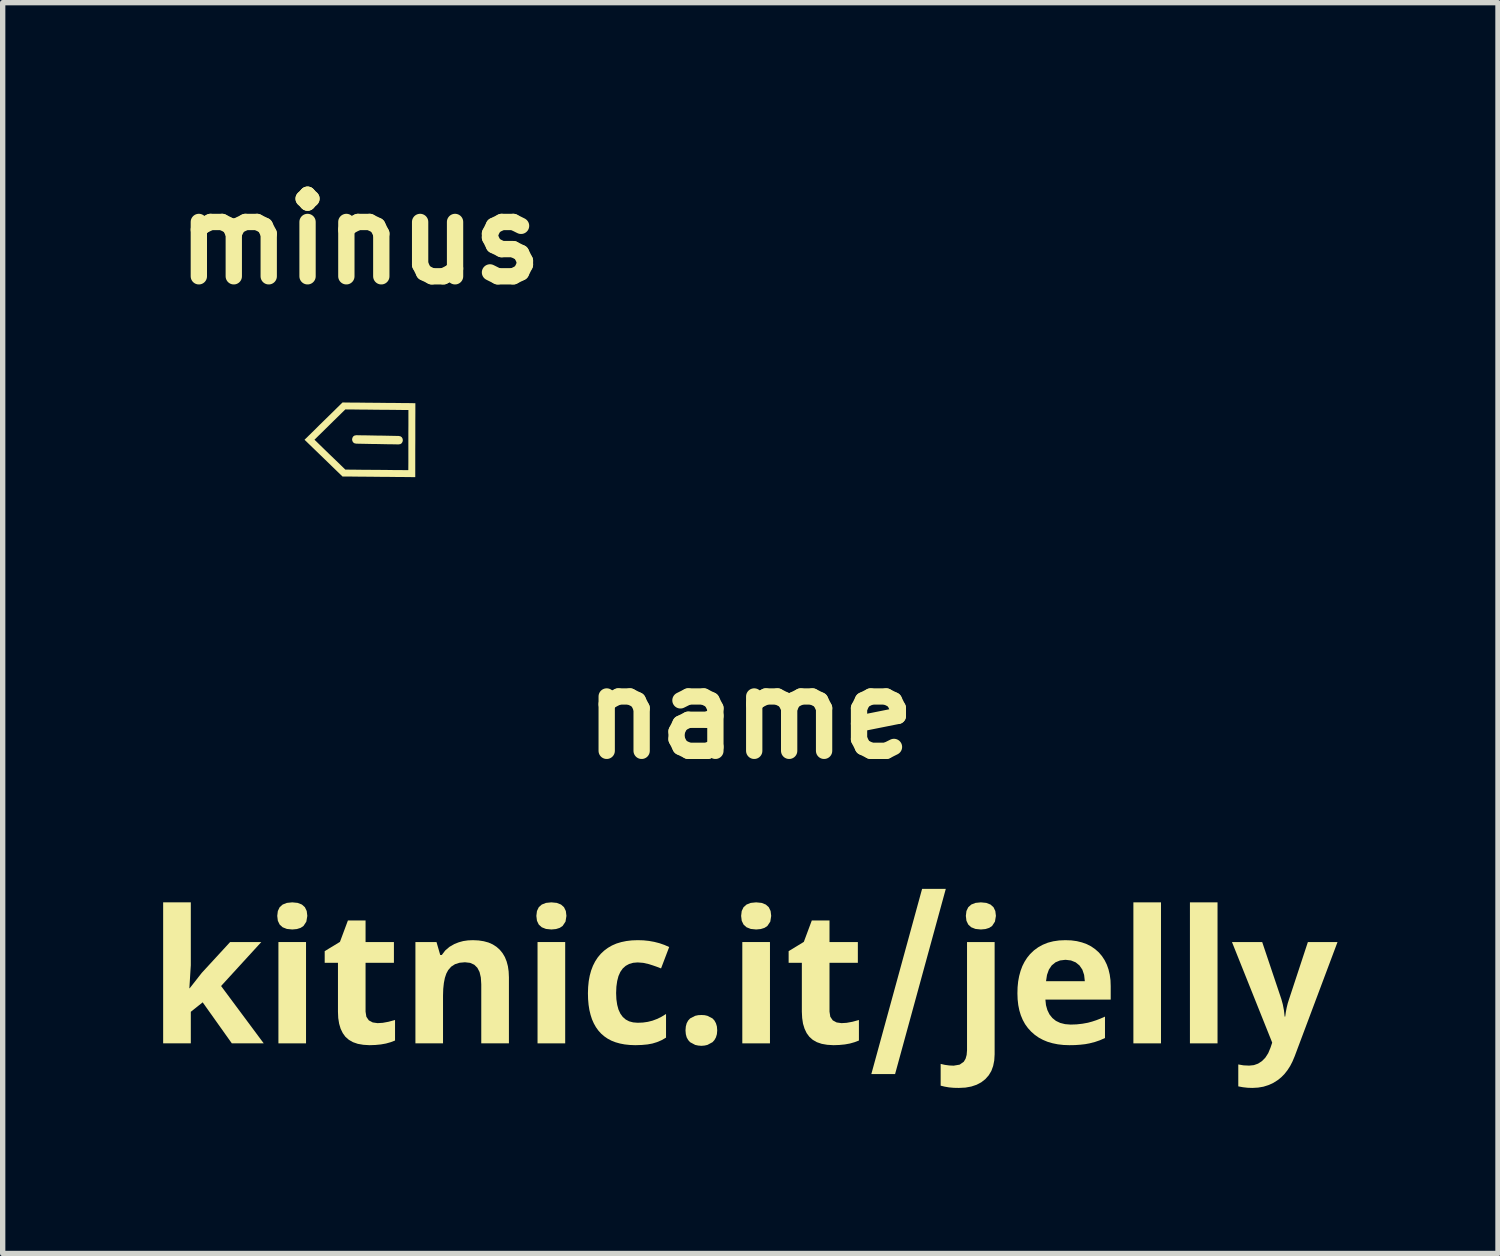
<source format=kicad_pcb>
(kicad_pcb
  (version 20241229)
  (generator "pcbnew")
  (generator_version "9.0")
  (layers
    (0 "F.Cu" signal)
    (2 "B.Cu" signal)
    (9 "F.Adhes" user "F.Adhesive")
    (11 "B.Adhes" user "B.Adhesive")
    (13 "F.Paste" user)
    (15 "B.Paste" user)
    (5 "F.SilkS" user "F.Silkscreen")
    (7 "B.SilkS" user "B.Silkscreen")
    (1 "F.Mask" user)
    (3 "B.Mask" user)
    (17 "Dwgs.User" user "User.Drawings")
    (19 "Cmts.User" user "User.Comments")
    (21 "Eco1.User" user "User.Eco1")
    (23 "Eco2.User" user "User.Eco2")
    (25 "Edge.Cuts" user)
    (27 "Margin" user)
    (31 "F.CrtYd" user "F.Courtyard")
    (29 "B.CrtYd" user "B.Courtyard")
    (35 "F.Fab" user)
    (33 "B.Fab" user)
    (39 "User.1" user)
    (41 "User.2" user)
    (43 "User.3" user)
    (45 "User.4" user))
  (footprint "name"
    (layer "F.Cu")
    (at 10.977 15.364)
    (property "Reference" "name" (at 0 -5.067 0) (layer "F.SilkS") (effects (font (size 1.524 1.524) (thickness 0.305))))
    (attr smd)
    (fp_poly (pts (xy -8.306 1.091) (xy -8.822 1.091) (xy -8.822 -0.803) (xy -8.306 -0.803) (xy -8.306 1.091)) (stroke (width 0) (type solid)) (fill yes) (layer "F.SilkS"))
    (fp_poly (pts (xy -3.461 1.091) (xy -3.978 1.091) (xy -3.978 -0.803) (xy -3.461 -0.803) (xy -3.461 1.091)) (stroke (width 0) (type solid)) (fill yes) (layer "F.SilkS"))
    (fp_poly (pts (xy 0.367 1.091) (xy -0.15 1.091) (xy -0.15 -0.803) (xy 0.367 -0.803) (xy 0.367 1.091)) (stroke (width 0) (type solid)) (fill yes) (layer "F.SilkS"))
    (fp_poly (pts (xy 3.654 -1.797) (xy 2.706 1.665) (xy 2.262 1.665) (xy 3.211 -1.797) (xy 3.654 -1.797)) (stroke (width 0) (type solid)) (fill yes) (layer "F.SilkS"))
    (fp_poly (pts (xy 7.677 1.091) (xy 7.161 1.091) (xy 7.161 -1.545) (xy 7.677 -1.545) (xy 7.677 1.091)) (stroke (width 0) (type solid)) (fill yes) (layer "F.SilkS"))
    (fp_poly (pts (xy 8.734 1.091) (xy 8.218 1.091) (xy 8.218 -1.545) (xy 8.734 -1.545) (xy 8.734 1.091)) (stroke (width 0) (type solid)) (fill yes) (layer "F.SilkS"))
    (fp_poly (pts (xy -10.481 0.061) (xy -10.255 -0.227) (xy -9.725 -0.803) (xy -9.142 -0.803) (xy -9.894 0.019) (xy -9.097 1.091) (xy -9.693 1.091) (xy -10.238 0.324) (xy -10.46 0.501) (xy -10.46 1.091) (xy -10.977 1.091) (xy -10.977 -1.545) (xy -10.46 -1.545) (xy -10.46 -0.369) (xy -10.487 0.061) (xy -10.481 0.061) (xy -10.481 0.061)) (stroke (width 0) (type solid)) (fill yes) (layer "F.SilkS"))
    (fp_poly (pts (xy -8.844 -1.292) (xy -8.833 -1.383) (xy -8.799 -1.454) (xy -8.743 -1.504) (xy -8.664 -1.535) (xy -8.563 -1.545) (xy -8.462 -1.535) (xy -8.383 -1.504) (xy -8.327 -1.454) (xy -8.293 -1.383) (xy -8.282 -1.292) (xy -8.3 -1.185) (xy -8.353 -1.104) (xy -8.407 -1.068) (xy -8.477 -1.046) (xy -8.563 -1.038) (xy -8.664 -1.048) (xy -8.743 -1.079) (xy -8.799 -1.13) (xy -8.833 -1.201) (xy -8.844 -1.292)) (stroke (width 0) (type solid)) (fill yes) (layer "F.SilkS"))
    (fp_poly (pts (xy -4 -1.292) (xy -3.989 -1.383) (xy -3.955 -1.454) (xy -3.899 -1.504) (xy -3.82 -1.535) (xy -3.719 -1.545) (xy -3.618 -1.535) (xy -3.539 -1.504) (xy -3.483 -1.454) (xy -3.449 -1.383) (xy -3.438 -1.292) (xy -3.455 -1.185) (xy -3.509 -1.104) (xy -3.563 -1.068) (xy -3.633 -1.046) (xy -3.719 -1.038) (xy -3.82 -1.048) (xy -3.899 -1.079) (xy -3.955 -1.13) (xy -3.989 -1.201) (xy -4 -1.292)) (stroke (width 0) (type solid)) (fill yes) (layer "F.SilkS"))
    (fp_poly (pts (xy -0.172 -1.292) (xy -0.161 -1.383) (xy -0.127 -1.454) (xy -0.071 -1.504) (xy 0.008 -1.535) (xy 0.109 -1.545) (xy 0.21 -1.535) (xy 0.289 -1.504) (xy 0.345 -1.454) (xy 0.379 -1.383) (xy 0.39 -1.292) (xy 0.373 -1.185) (xy 0.319 -1.104) (xy 0.265 -1.068) (xy 0.195 -1.046) (xy 0.109 -1.038) (xy 0.008 -1.048) (xy -0.071 -1.079) (xy -0.127 -1.13) (xy -0.161 -1.201) (xy -0.172 -1.292)) (stroke (width 0) (type solid)) (fill yes) (layer "F.SilkS"))
    (fp_poly (pts (xy 4.029 -1.292) (xy 4.04 -1.383) (xy 4.074 -1.454) (xy 4.13 -1.504) (xy 4.209 -1.535) (xy 4.31 -1.545) (xy 4.411 -1.535) (xy 4.49 -1.504) (xy 4.546 -1.454) (xy 4.58 -1.383) (xy 4.591 -1.292) (xy 4.573 -1.185) (xy 4.52 -1.104) (xy 4.466 -1.068) (xy 4.396 -1.046) (xy 4.31 -1.038) (xy 4.209 -1.048) (xy 4.13 -1.079) (xy 4.074 -1.13) (xy 4.04 -1.201) (xy 4.029 -1.292)) (stroke (width 0) (type solid)) (fill yes) (layer "F.SilkS"))
    (fp_poly (pts (xy 3.898 1.924) (xy 3.803 1.922) (xy 3.714 1.914) (xy 3.633 1.9) (xy 3.558 1.882) (xy 3.558 1.475) (xy 3.637 1.493) (xy 3.718 1.504) (xy 3.8 1.508) (xy 3.913 1.489) (xy 3.99 1.435) (xy 4.024 1.378) (xy 4.044 1.307) (xy 4.051 1.22) (xy 4.051 -0.803) (xy 4.567 -0.803) (xy 4.567 1.296) (xy 4.56 1.411) (xy 4.539 1.515) (xy 4.505 1.608) (xy 4.456 1.689) (xy 4.393 1.76) (xy 4.317 1.819) (xy 4.23 1.865) (xy 4.131 1.898) (xy 4.021 1.918) (xy 3.898 1.924)) (stroke (width 0) (type solid)) (fill yes) (layer "F.SilkS"))
    (fp_poly (pts (xy -1.212 0.849) (xy -1.206 0.775) (xy -1.19 0.715) (xy -1.162 0.664) (xy -1.126 0.625) (xy -1.031 0.576) (xy -0.974 0.564) (xy -0.914 0.561) (xy -0.856 0.564) (xy -0.802 0.576) (xy -0.707 0.625) (xy -0.671 0.664) (xy -0.643 0.715) (xy -0.625 0.775) (xy -0.619 0.849) (xy -0.625 0.919) (xy -0.643 0.979) (xy -0.671 1.029) (xy -0.707 1.069) (xy -0.802 1.12) (xy -0.856 1.132) (xy -0.914 1.137) (xy -0.974 1.132) (xy -1.031 1.12) (xy -1.126 1.069) (xy -1.162 1.029) (xy -1.19 0.979) (xy -1.206 0.919) (xy -1.212 0.849)) (stroke (width 0) (type solid)) (fill yes) (layer "F.SilkS"))
    (fp_poly (pts (xy -6.968 0.713) (xy -6.871 0.707) (xy -6.763 0.687) (xy -6.642 0.654) (xy -6.642 1.038) (xy -6.723 1.069) (xy -6.811 1.094) (xy -6.906 1.111) (xy -7.008 1.121) (xy -7.117 1.125) (xy -7.234 1.118) (xy -7.338 1.1) (xy -7.428 1.069) (xy -7.505 1.025) (xy -7.569 0.969) (xy -7.619 0.9) (xy -7.659 0.818) (xy -7.687 0.724) (xy -7.704 0.617) (xy -7.709 0.498) (xy -7.709 -0.415) (xy -7.957 -0.415) (xy -7.957 -0.633) (xy -7.672 -0.806) (xy -7.523 -1.206) (xy -7.193 -1.206) (xy -7.193 -0.803) (xy -6.663 -0.803) (xy -6.663 -0.415) (xy -7.193 -0.415) (xy -7.193 0.498) (xy -7.178 0.594) (xy -7.132 0.661) (xy -7.059 0.7) (xy -6.968 0.713)) (stroke (width 0) (type solid)) (fill yes) (layer "F.SilkS"))
    (fp_poly (pts (xy 1.705 0.713) (xy 1.801 0.707) (xy 1.91 0.687) (xy 2.03 0.654) (xy 2.03 1.038) (xy 1.949 1.069) (xy 1.861 1.094) (xy 1.767 1.111) (xy 1.665 1.121) (xy 1.556 1.125) (xy 1.438 1.118) (xy 1.335 1.1) (xy 1.244 1.069) (xy 1.167 1.025) (xy 1.104 0.969) (xy 1.053 0.9) (xy 1.014 0.818) (xy 0.985 0.724) (xy 0.969 0.617) (xy 0.963 0.498) (xy 0.963 -0.415) (xy 0.716 -0.415) (xy 0.716 -0.633) (xy 1 -0.806) (xy 1.149 -1.206) (xy 1.48 -1.206) (xy 1.48 -0.803) (xy 2.01 -0.803) (xy 2.01 -0.415) (xy 1.48 -0.415) (xy 1.48 0.498) (xy 1.495 0.594) (xy 1.541 0.661) (xy 1.613 0.7) (xy 1.705 0.713)) (stroke (width 0) (type solid)) (fill yes) (layer "F.SilkS"))
    (fp_poly (pts (xy 9.004 -0.803) (xy 9.569 -0.803) (xy 9.927 0.263) (xy 9.954 0.361) (xy 9.975 0.47) (xy 9.989 0.591) (xy 9.999 0.591) (xy 10.011 0.505) (xy 10.027 0.422) (xy 10.047 0.341) (xy 10.072 0.263) (xy 10.423 -0.803) (xy 10.977 -0.803) (xy 10.176 1.333) (xy 10.136 1.428) (xy 10.092 1.514) (xy 10.042 1.592) (xy 9.987 1.662) (xy 9.926 1.724) (xy 9.861 1.777) (xy 9.777 1.83) (xy 9.687 1.871) (xy 9.592 1.901) (xy 9.491 1.918) (xy 9.385 1.924) (xy 9.296 1.921) (xy 9.208 1.911) (xy 9.122 1.895) (xy 9.122 1.485) (xy 9.219 1.502) (xy 9.325 1.507) (xy 9.413 1.498) (xy 9.492 1.47) (xy 9.564 1.423) (xy 9.628 1.358) (xy 9.682 1.274) (xy 9.725 1.17) (xy 9.756 1.077) (xy 9.004 -0.803) (xy 9.004 -0.803)) (stroke (width 0) (type solid)) (fill yes) (layer "F.SilkS"))
    (fp_poly (pts (xy -4.513 1.091) (xy -5.03 1.091) (xy -5.03 -0.015) (xy -5.038 -0.14) (xy -5.062 -0.243) (xy -5.103 -0.322) (xy -5.161 -0.379) (xy -5.238 -0.414) (xy -5.335 -0.425) (xy -5.436 -0.416) (xy -5.521 -0.389) (xy -5.592 -0.343) (xy -5.648 -0.279) (xy -5.683 -0.214) (xy -5.71 -0.134) (xy -5.729 -0.038) (xy -5.741 0.073) (xy -5.745 0.2) (xy -5.745 1.091) (xy -6.261 1.091) (xy -6.261 -0.803) (xy -5.867 -0.803) (xy -5.797 -0.561) (xy -5.768 -0.561) (xy -5.704 -0.645) (xy -5.625 -0.713) (xy -5.531 -0.767) (xy -5.452 -0.798) (xy -5.369 -0.821) (xy -5.28 -0.834) (xy -5.186 -0.838) (xy -5.08 -0.833) (xy -4.983 -0.818) (xy -4.895 -0.794) (xy -4.816 -0.759) (xy -4.746 -0.714) (xy -4.684 -0.659) (xy -4.632 -0.595) (xy -4.589 -0.523) (xy -4.556 -0.441) (xy -4.532 -0.351) (xy -4.518 -0.252) (xy -4.513 -0.144) (xy -4.513 1.091) (xy -4.513 1.091)) (stroke (width 0) (type solid)) (fill yes) (layer "F.SilkS"))
    (fp_poly (pts (xy -2.152 1.125) (xy -2.253 1.121) (xy -2.348 1.111) (xy -2.437 1.094) (xy -2.519 1.071) (xy -2.596 1.041) (xy -2.666 1.004) (xy -2.73 0.96) (xy -2.788 0.91) (xy -2.84 0.853) (xy -2.886 0.789) (xy -2.926 0.718) (xy -2.96 0.641) (xy -2.987 0.557) (xy -3.009 0.466) (xy -3.024 0.369) (xy -3.033 0.265) (xy -3.036 0.154) (xy -3.032 0.037) (xy -3.021 -0.073) (xy -3.002 -0.176) (xy -2.976 -0.271) (xy -2.942 -0.36) (xy -2.901 -0.441) (xy -2.852 -0.516) (xy -2.796 -0.583) (xy -2.732 -0.643) (xy -2.662 -0.695) (xy -2.586 -0.739) (xy -2.503 -0.775) (xy -2.414 -0.802) (xy -2.318 -0.822) (xy -2.215 -0.834) (xy -2.106 -0.838) (xy -1.999 -0.835) (xy -1.895 -0.824) (xy -1.795 -0.806) (xy -1.698 -0.781) (xy -1.606 -0.749) (xy -1.517 -0.71) (xy -1.669 -0.31) (xy -1.749 -0.341) (xy -1.824 -0.367) (xy -1.896 -0.39) (xy -2.001 -0.414) (xy -2.106 -0.422) (xy -2.191 -0.415) (xy -2.266 -0.393) (xy -2.33 -0.358) (xy -2.385 -0.309) (xy -2.43 -0.245) (xy -2.465 -0.167) (xy -2.489 -0.075) (xy -2.504 0.031) (xy -2.509 0.151) (xy -2.504 0.267) (xy -2.489 0.37) (xy -2.465 0.459) (xy -2.43 0.535) (xy -2.385 0.597) (xy -2.33 0.645) (xy -2.266 0.679) (xy -2.191 0.699) (xy -2.106 0.706) (xy -2.009 0.702) (xy -1.917 0.689) (xy -1.83 0.667) (xy -1.745 0.635) (xy -1.661 0.594) (xy -1.576 0.542) (xy -1.576 0.984) (xy -1.66 1.032) (xy -1.745 1.068) (xy -1.83 1.094) (xy -1.922 1.111) (xy -2.03 1.121) (xy -2.152 1.125)) (stroke (width 0) (type solid)) (fill yes) (layer "F.SilkS"))
    (fp_poly (pts (xy 5.892 -0.471) (xy 5.126 -0.434) (xy 5.174 -0.509) (xy 5.23 -0.578) (xy 5.302 -0.647) (xy 5.381 -0.705) (xy 5.468 -0.753) (xy 5.562 -0.791) (xy 5.663 -0.817) (xy 5.772 -0.833) (xy 5.889 -0.838) (xy 6 -0.834) (xy 6.103 -0.82) (xy 6.2 -0.796) (xy 6.289 -0.764) (xy 6.371 -0.722) (xy 6.446 -0.67) (xy 6.514 -0.61) (xy 6.573 -0.541) (xy 6.623 -0.465) (xy 6.664 -0.382) (xy 6.696 -0.291) (xy 6.719 -0.194) (xy 6.733 -0.09) (xy 6.737 0.022) (xy 6.737 0.273) (xy 5.516 0.273) (xy 5.527 0.377) (xy 5.553 0.469) (xy 5.592 0.549) (xy 5.646 0.617) (xy 5.713 0.671) (xy 5.793 0.709) (xy 5.885 0.732) (xy 5.989 0.74) (xy 6.1 0.736) (xy 6.208 0.724) (xy 6.312 0.705) (xy 6.389 0.684) (xy 6.468 0.658) (xy 6.548 0.627) (xy 6.63 0.591) (xy 6.63 0.991) (xy 6.538 1.032) (xy 6.442 1.065) (xy 6.341 1.091) (xy 6.26 1.106) (xy 6.17 1.116) (xy 6.072 1.123) (xy 5.965 1.125) (xy 5.854 1.121) (xy 5.749 1.109) (xy 5.65 1.089) (xy 5.557 1.062) (xy 5.471 1.026) (xy 5.391 0.983) (xy 5.317 0.931) (xy 5.25 0.872) (xy 5.19 0.806) (xy 5.137 0.733) (xy 5.093 0.653) (xy 5.057 0.567) (xy 5.029 0.475) (xy 5.009 0.376) (xy 4.997 0.27) (xy 4.993 0.158) (xy 4.996 0.042) (xy 5.007 -0.067) (xy 5.026 -0.169) (xy 5.052 -0.264) (xy 5.085 -0.353) (xy 5.126 -0.434) (xy 5.892 -0.471) (xy 5.79 -0.459) (xy 5.705 -0.424) (xy 5.634 -0.366) (xy 5.581 -0.287) (xy 5.546 -0.189) (xy 5.528 -0.071) (xy 6.253 -0.071) (xy 6.24 -0.189) (xy 6.207 -0.287) (xy 6.153 -0.366) (xy 6.081 -0.424) (xy 5.994 -0.459) (xy 5.892 -0.471)) (stroke (width 0) (type solid)) (fill yes) (layer "F.SilkS")))
  (footprint "minus"
    (layer "F.Cu")
    (at 3.679 5.172)
    (property "Reference" "minus" (at 0 -3.746 0) (layer "F.SilkS") (effects (font (size 1.524 1.524) (thickness 0.305))))
    (attr smd)
    (fp_poly (pts (xy -0.066 -0.086) (xy -0.101 -0.08) (xy -0.126 -0.063) (xy -0.141 -0.037) (xy -0.147 -0.008) (xy -0.142 0.021) (xy -0.128 0.047) (xy -0.103 0.065) (xy -0.069 0.072) (xy 0.03 0.074) (xy 0.129 0.076) (xy 0.227 0.078) (xy 0.326 0.079) (xy 0.425 0.081) (xy 0.523 0.083) (xy 0.622 0.084) (xy 0.721 0.086) (xy 0.756 0.08) (xy 0.781 0.063) (xy 0.796 0.037) (xy 0.802 0.008) (xy 0.797 -0.021) (xy 0.783 -0.047) (xy 0.758 -0.065) (xy 0.724 -0.072) (xy 0.625 -0.074) (xy 0.526 -0.076) (xy 0.428 -0.078) (xy 0.329 -0.079) (xy 0.23 -0.081) (xy 0.131 -0.083) (xy 0.033 -0.084) (xy -0.066 -0.086)) (stroke (width 0) (type solid)) (fill yes) (layer "F.SilkS"))
    (fp_poly (pts (xy -0.326 -0.698) (xy -0.273 -0.568) (xy -0.126 -0.567) (xy 0.021 -0.565) (xy 0.169 -0.564) (xy 0.316 -0.562) (xy 0.464 -0.561) (xy 0.611 -0.56) (xy 0.759 -0.558) (xy 0.906 -0.557) (xy 0.906 -0.416) (xy 0.906 -0.276) (xy 0.905 -0.135) (xy 0.905 0.005) (xy 0.905 0.146) (xy 0.905 0.286) (xy 0.905 0.427) (xy 0.904 0.567) (xy 0.757 0.566) (xy 0.61 0.565) (xy 0.463 0.563) (xy 0.316 0.562) (xy 0.168 0.561) (xy 0.021 0.56) (xy -0.126 0.558) (xy -0.273 0.557) (xy -0.345 0.487) (xy -0.417 0.417) (xy -0.49 0.347) (xy -0.562 0.278) (xy -0.634 0.208) (xy -0.706 0.138) (xy -0.778 0.068) (xy -0.85 -0.002) (xy -0.778 -0.073) (xy -0.706 -0.143) (xy -0.634 -0.214) (xy -0.562 -0.285) (xy -0.49 -0.356) (xy -0.418 -0.426) (xy -0.346 -0.497) (xy -0.273 -0.568) (xy -0.326 -0.698) (xy -0.415 -0.611) (xy -0.503 -0.524) (xy -0.592 -0.437) (xy -0.681 -0.35) (xy -0.77 -0.263) (xy -0.858 -0.175) (xy -0.947 -0.088) (xy -1.036 -0.001) (xy -0.947 0.085) (xy -0.858 0.171) (xy -0.77 0.256) (xy -0.681 0.342) (xy -0.592 0.428) (xy -0.504 0.514) (xy -0.415 0.6) (xy -0.326 0.686) (xy -0.156 0.687) (xy 0.014 0.689) (xy 0.184 0.69) (xy 0.354 0.692) (xy 0.524 0.693) (xy 0.694 0.695) (xy 0.864 0.696) (xy 1.034 0.698) (xy 1.034 0.525) (xy 1.034 0.352) (xy 1.034 0.179) (xy 1.035 0.007) (xy 1.035 -0.166) (xy 1.035 -0.339) (xy 1.036 -0.512) (xy 1.036 -0.685) (xy 1.028 -0.685) (xy 1.02 -0.685) (xy 1.012 -0.685) (xy 1.004 -0.685) (xy 0.996 -0.685) (xy 0.988 -0.685) (xy 0.98 -0.686) (xy 0.972 -0.686) (xy 0.809 -0.687) (xy 0.647 -0.689) (xy 0.485 -0.69) (xy 0.323 -0.692) (xy 0.161 -0.693) (xy -0.002 -0.695) (xy -0.164 -0.696) (xy -0.326 -0.698)) (stroke (width 0) (type solid)) (fill yes) (layer "F.SilkS")))
  (gr_rect
    (start -3 -3)
    (end 24.954 20.383)
    (stroke (width 0.1) (type default))
    (fill no)
    (layer "Edge.Cuts")))
</source>
